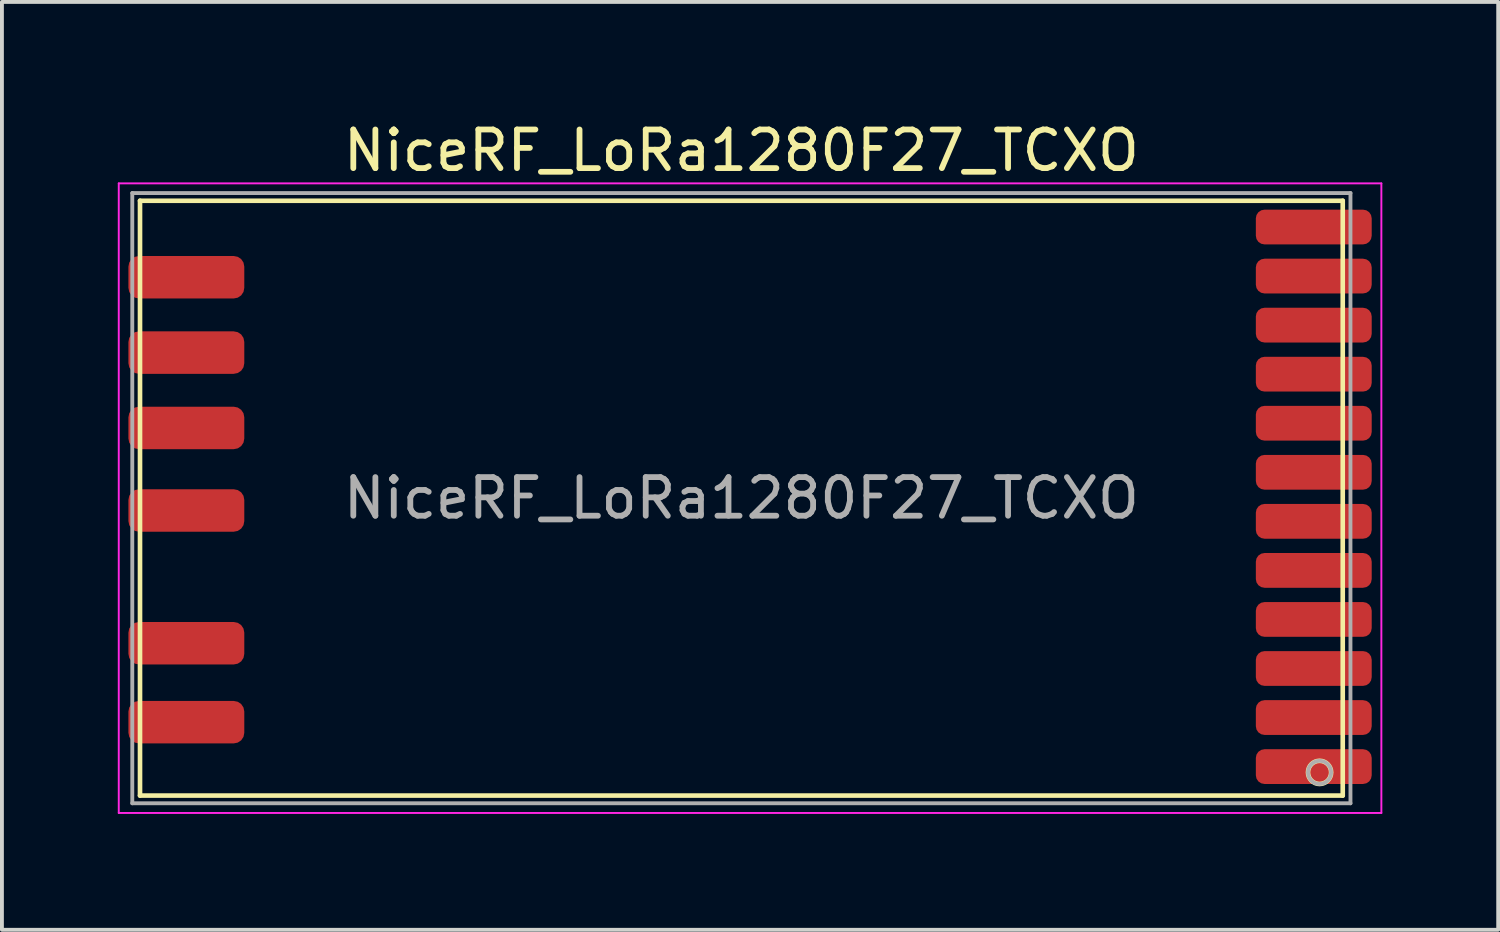
<source format=kicad_pcb>
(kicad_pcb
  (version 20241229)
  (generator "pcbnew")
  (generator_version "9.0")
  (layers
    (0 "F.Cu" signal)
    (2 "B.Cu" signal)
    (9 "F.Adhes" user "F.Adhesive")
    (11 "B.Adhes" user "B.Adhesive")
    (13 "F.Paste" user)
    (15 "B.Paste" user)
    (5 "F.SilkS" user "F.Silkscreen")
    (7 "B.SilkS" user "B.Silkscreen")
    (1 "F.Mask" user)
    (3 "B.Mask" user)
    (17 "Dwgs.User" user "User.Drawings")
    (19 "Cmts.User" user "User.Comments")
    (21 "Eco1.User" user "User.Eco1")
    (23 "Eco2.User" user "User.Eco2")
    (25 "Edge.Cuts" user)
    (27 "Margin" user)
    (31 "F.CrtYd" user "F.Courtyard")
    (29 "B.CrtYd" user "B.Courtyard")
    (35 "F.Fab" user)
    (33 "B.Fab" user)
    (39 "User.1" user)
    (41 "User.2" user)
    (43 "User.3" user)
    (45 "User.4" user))
  (footprint "NiceRF_LoRa1280F27_TCXO"
    (layer "F.Cu")
    (at 16.145 9.848)
    (property "Reference" "NiceRF_LoRa1280F27_TCXO" (at 0 -9 0) (layer "F.SilkS") (effects (font (size 1 1) (thickness 0.15))))
    (attr smd)
    (fp_line (start -15.57 -7.7) (end -15.57 7.7) (stroke (width 0.12) (type solid)) (layer "F.SilkS"))
    (fp_line (start -15.57 7.7) (end 15.57 7.7) (stroke (width 0.12) (type solid)) (layer "F.SilkS"))
    (fp_line (start 15.57 -7.7) (end -15.57 -7.7) (stroke (width 0.12) (type solid)) (layer "F.SilkS"))
    (fp_line (start 15.57 7.7) (end 15.57 -7.7) (stroke (width 0.12) (type solid)) (layer "F.SilkS"))
    (fp_circle (center 14.97 7.1) (end 14.67 7.1) (stroke (width 0.12) (type solid)) (fill no) (layer "F.SilkS"))
    (fp_line (start -16.12 -8.15) (end -16.12 8.15) (stroke (width 0.05) (type solid)) (layer "F.CrtYd"))
    (fp_line (start -16.12 8.15) (end 16.57 8.15) (stroke (width 0.05) (type solid)) (layer "F.CrtYd"))
    (fp_line (start 16.57 -8.15) (end -16.12 -8.15) (stroke (width 0.05) (type solid)) (layer "F.CrtYd"))
    (fp_line (start 16.57 8.15) (end 16.57 -8.15) (stroke (width 0.05) (type solid)) (layer "F.CrtYd"))
    (fp_line (start -15.77 -7.9) (end -15.77 7.9) (stroke (width 0.1) (type solid)) (layer "F.Fab"))
    (fp_line (start -15.77 7.9) (end 15.77 7.9) (stroke (width 0.1) (type solid)) (layer "F.Fab"))
    (fp_line (start 15.77 -7.9) (end -15.77 -7.9) (stroke (width 0.1) (type solid)) (layer "F.Fab"))
    (fp_line (start 15.77 7.9) (end 15.77 -7.9) (stroke (width 0.1) (type solid)) (layer "F.Fab"))
    (fp_circle (center 14.97 7.1) (end 14.67 7.1) (stroke (width 0.1) (type solid)) (fill no) (layer "F.Fab"))
    (fp_text user "${REFERENCE}" (at 0 0 0) (layer "F.Fab") (effects (font (size 1 1) (thickness 0.15))))
    (pad "1" smd roundrect (at 14.82 6.95) (size 3 0.9) (layers "F.Cu" "F.Mask" "F.Paste") (roundrect_rratio 0.25))
    (pad "2" smd roundrect (at 14.82 5.68) (size 3 0.9) (layers "F.Cu" "F.Mask" "F.Paste") (roundrect_rratio 0.25))
    (pad "3" smd roundrect (at 14.82 4.41) (size 3 0.9) (layers "F.Cu" "F.Mask" "F.Paste") (roundrect_rratio 0.25))
    (pad "4" smd roundrect (at 14.82 3.14) (size 3 0.9) (layers "F.Cu" "F.Mask" "F.Paste") (roundrect_rratio 0.25))
    (pad "5" smd roundrect (at 14.82 1.87) (size 3 0.9) (layers "F.Cu" "F.Mask" "F.Paste") (roundrect_rratio 0.25))
    (pad "6" smd roundrect (at 14.82 0.6) (size 3 0.9) (layers "F.Cu" "F.Mask" "F.Paste") (roundrect_rratio 0.25))
    (pad "7" smd roundrect (at 14.82 -0.67) (size 3 0.9) (layers "F.Cu" "F.Mask" "F.Paste") (roundrect_rratio 0.25))
    (pad "8" smd roundrect (at 14.82 -1.94) (size 3 0.9) (layers "F.Cu" "F.Mask" "F.Paste") (roundrect_rratio 0.25))
    (pad "9" smd roundrect (at 14.82 -3.21) (size 3 0.9) (layers "F.Cu" "F.Mask" "F.Paste") (roundrect_rratio 0.25))
    (pad "10" smd roundrect (at 14.82 -4.48) (size 3 0.9) (layers "F.Cu" "F.Mask" "F.Paste") (roundrect_rratio 0.25))
    (pad "11" smd roundrect (at 14.82 -5.75) (size 3 0.9) (layers "F.Cu" "F.Mask" "F.Paste") (roundrect_rratio 0.25))
    (pad "12" smd roundrect (at 14.82 -7.02) (size 3 0.9) (layers "F.Cu" "F.Mask" "F.Paste") (roundrect_rratio 0.25))
    (pad "13" smd roundrect (at -14.37 -5.72) (size 3 1.1) (layers "F.Cu" "F.Mask" "F.Paste") (roundrect_rratio 0.25))
    (pad "14" smd roundrect (at -14.37 -3.769) (size 3 1.1) (layers "F.Cu" "F.Mask" "F.Paste") (roundrect_rratio 0.25))
    (pad "15" smd roundrect (at -14.37 -1.818) (size 3 1.1) (layers "F.Cu" "F.Mask" "F.Paste") (roundrect_rratio 0.25))
    (pad "16" smd roundrect (at -14.37 0.319) (size 3 1.1) (layers "F.Cu" "F.Mask" "F.Paste") (roundrect_rratio 0.25))
    (pad "17" smd roundrect (at -14.37 3.756) (size 3 1.1) (layers "F.Cu" "F.Mask" "F.Paste") (roundrect_rratio 0.25))
    (pad "18" smd roundrect (at -14.37 5.8) (size 3 1.1) (layers "F.Cu" "F.Mask" "F.Paste") (roundrect_rratio 0.25)))
  (gr_rect
    (start -3 -3)
    (end 35.74 21.023)
    (stroke (width 0.1) (type default))
    (fill no)
    (layer "Edge.Cuts")))
</source>
